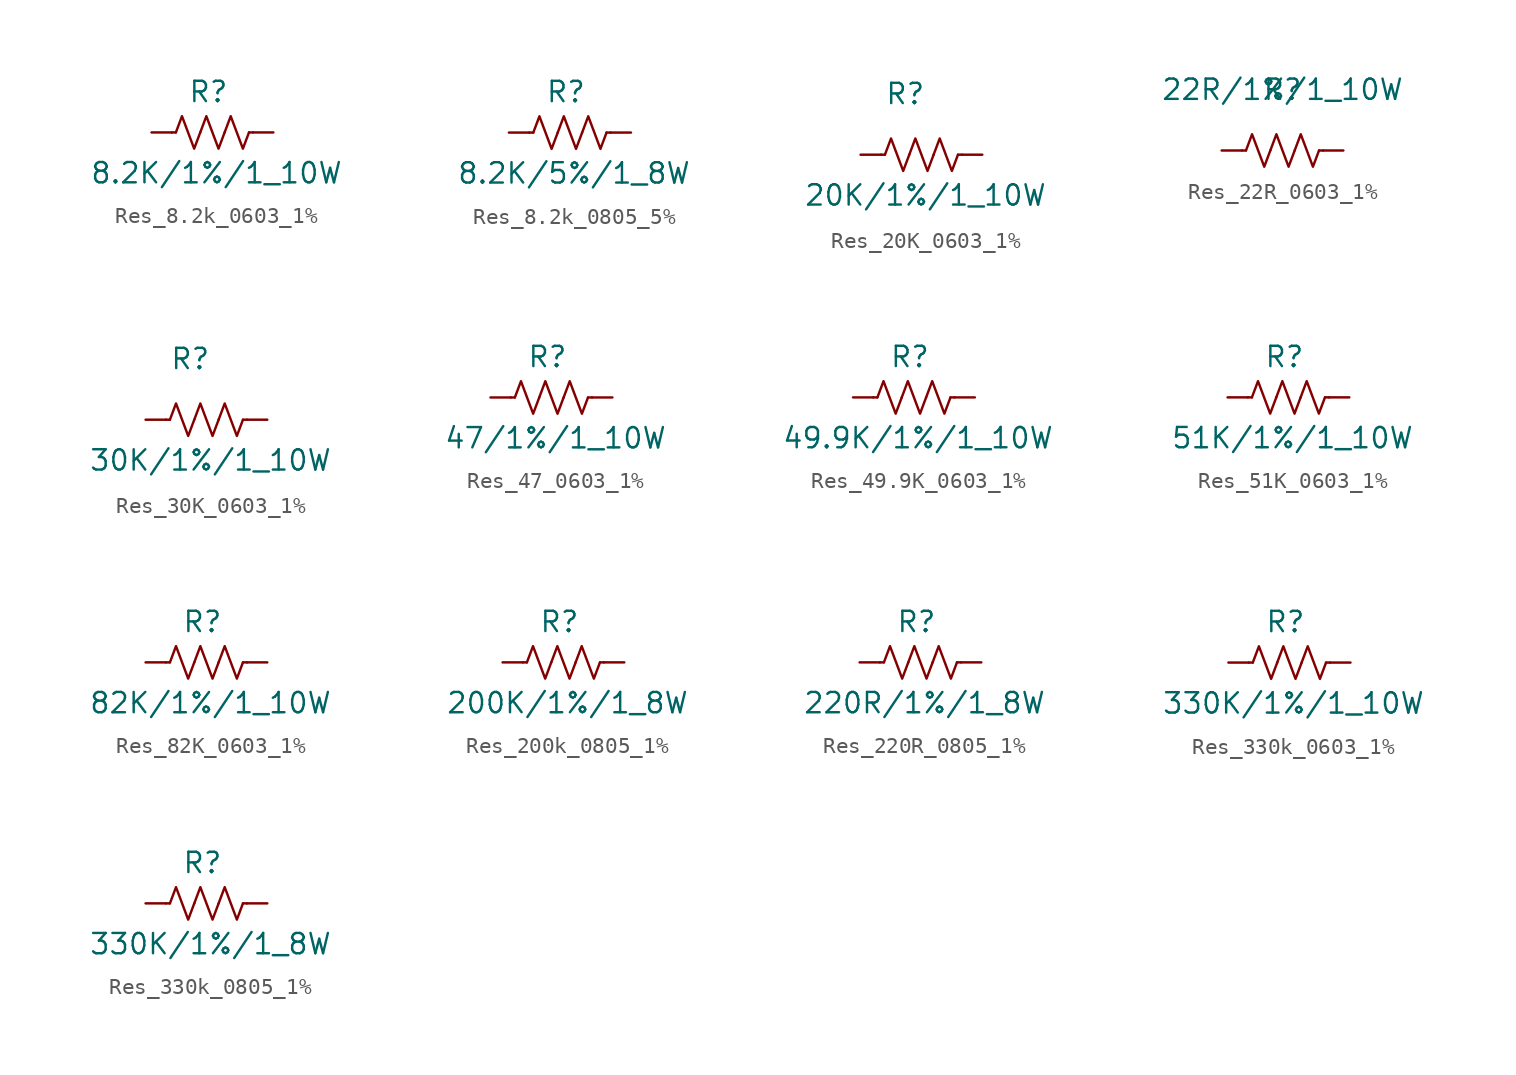
<source format=kicad_sym>
(kicad_symbol_lib
  (version 20231120)
  (generator "kicad_symbol_editor")
  (generator_version "8.0")
  (symbol "Res_8.2k_0603_1%"
    (pin_numbers hide)
    (pin_names hide)
    (property "Reference" "R"
      (at 3.556 2.54 0)
      (effects (font (size 1.27 1.27))))
    (property "Value" "8.2K/1%/1_10W"
      (at 4.064 -2.54 0)
      (effects (font (size 1.27 1.27))))
    (symbol "Res_8.2k_0603_1%_0_1"
      (polyline (pts (xy 1.524 0) (xy 1.27 0)) (stroke (width 0) (type default)) (fill (type none)))
      (polyline (pts (xy 6.096 0) (xy 6.35 0)) (stroke (width 0) (type default)) (fill (type none)))
      (polyline (pts (xy 1.524 0) (xy 1.905 1.016) (xy 2.286 0) (xy 2.667 -1.016) (xy 3.048 0)) (stroke (width 0) (type default)) (fill (type none)))
      (polyline (pts (xy 3.048 0) (xy 3.429 1.016) (xy 3.81 0) (xy 4.191 -1.016) (xy 4.572 0)) (stroke (width 0) (type default)) (fill (type none)))
      (polyline (pts (xy 4.572 0) (xy 4.953 1.016) (xy 5.334 0) (xy 5.715 -1.016) (xy 6.096 0)) (stroke (width 0) (type default)) (fill (type none))))
    (symbol "Res_8.2k_0603_1%_1_1"
      (pin passive line (at 0 0 0) (length 1.27) (name "~" (effects (font (size 1.27 1.27)))) (number "1" (effects (font (size 1.27 1.27)))))
      (pin passive line (at 7.62 0 180) (length 1.27) (name "~" (effects (font (size 1.27 1.27)))) (number "2" (effects (font (size 1.27 1.27)))))))
  (symbol "Res_8.2k_0805_5%"
    (pin_numbers hide)
    (pin_names hide)
    (property "Reference" "R"
      (at 3.556 2.54 0)
      (effects (font (size 1.27 1.27))))
    (property "Value" "8.2K/5%/1_8W"
      (at 4.064 -2.54 0)
      (effects (font (size 1.27 1.27))))
    (symbol "Res_8.2k_0805_5%_0_1"
      (polyline (pts (xy 1.524 0) (xy 1.27 0)) (stroke (width 0) (type default)) (fill (type none)))
      (polyline (pts (xy 6.096 0) (xy 6.35 0)) (stroke (width 0) (type default)) (fill (type none)))
      (polyline (pts (xy 1.524 0) (xy 1.905 1.016) (xy 2.286 0) (xy 2.667 -1.016) (xy 3.048 0)) (stroke (width 0) (type default)) (fill (type none)))
      (polyline (pts (xy 3.048 0) (xy 3.429 1.016) (xy 3.81 0) (xy 4.191 -1.016) (xy 4.572 0)) (stroke (width 0) (type default)) (fill (type none)))
      (polyline (pts (xy 4.572 0) (xy 4.953 1.016) (xy 5.334 0) (xy 5.715 -1.016) (xy 6.096 0)) (stroke (width 0) (type default)) (fill (type none))))
    (symbol "Res_8.2k_0805_5%_1_1"
      (pin passive line (at 0 0 0) (length 1.27) (name "~" (effects (font (size 1.27 1.27)))) (number "1" (effects (font (size 1.27 1.27)))))
      (pin passive line (at 7.62 0 180) (length 1.27) (name "~" (effects (font (size 1.27 1.27)))) (number "2" (effects (font (size 1.27 1.27)))))))
  (symbol "Res_20K_0603_1%"
    (pin_numbers hide)
    (pin_names hide)
    (property "Reference" "R"
      (at 2.794 3.81 0)
      (effects (font (size 1.27 1.27))))
    (property "Value" "20K/1%/1_10W"
      (at 4.064 -2.54 0)
      (effects (font (size 1.27 1.27))))
    (symbol "Res_20K_0603_1%_0_1"
      (polyline (pts (xy 1.524 0) (xy 1.27 0)) (stroke (width 0) (type default)) (fill (type none)))
      (polyline (pts (xy 6.096 0) (xy 6.35 0)) (stroke (width 0) (type default)) (fill (type none)))
      (polyline (pts (xy 1.524 0) (xy 1.905 1.016) (xy 2.286 0) (xy 2.667 -1.016) (xy 3.048 0)) (stroke (width 0) (type default)) (fill (type none)))
      (polyline (pts (xy 3.048 0) (xy 3.429 1.016) (xy 3.81 0) (xy 4.191 -1.016) (xy 4.572 0)) (stroke (width 0) (type default)) (fill (type none)))
      (polyline (pts (xy 4.572 0) (xy 4.953 1.016) (xy 5.334 0) (xy 5.715 -1.016) (xy 6.096 0)) (stroke (width 0) (type default)) (fill (type none))))
    (symbol "Res_20K_0603_1%_1_1"
      (pin passive line (at 0 0 0) (length 1.27) (name "~" (effects (font (size 1.27 1.27)))) (number "1" (effects (font (size 1.27 1.27)))))
      (pin passive line (at 7.62 0 180) (length 1.27) (name "~" (effects (font (size 1.27 1.27)))) (number "2" (effects (font (size 1.27 1.27)))))))
  (symbol "Res_22R_0603_1%"
    (pin_numbers hide)
    (pin_names hide)
    (property "Reference" "R"
      (at 0 0 0)
      (effects (font (size 1.27 1.27))))
    (property "Value" "22R/1%/1_10W"
      (at 0 0 0)
      (effects (font (size 1.27 1.27))))
    (symbol "Res_22R_0603_1%_0_1"
      (polyline (pts (xy -2.286 -3.81) (xy -2.54 -3.81)) (stroke (width 0) (type default)) (fill (type none)))
      (polyline (pts (xy 2.286 -3.81) (xy 2.54 -3.81)) (stroke (width 0) (type default)) (fill (type none)))
      (polyline (pts (xy -2.286 -3.81) (xy -1.905 -2.794) (xy -1.524 -3.81) (xy -1.143 -4.826) (xy -0.762 -3.81)) (stroke (width 0) (type default)) (fill (type none)))
      (polyline (pts (xy -0.762 -3.81) (xy -0.381 -2.794) (xy 0 -3.81) (xy 0.381 -4.826) (xy 0.762 -3.81)) (stroke (width 0) (type default)) (fill (type none)))
      (polyline (pts (xy 0.762 -3.81) (xy 1.143 -2.794) (xy 1.524 -3.81) (xy 1.905 -4.826) (xy 2.286 -3.81)) (stroke (width 0) (type default)) (fill (type none))))
    (symbol "Res_22R_0603_1%_1_1"
      (pin passive line (at -3.81 -3.81 0) (length 1.27) (name "~" (effects (font (size 1.27 1.27)))) (number "1" (effects (font (size 1.27 1.27)))))
      (pin passive line (at 3.81 -3.81 180) (length 1.27) (name "~" (effects (font (size 1.27 1.27)))) (number "2" (effects (font (size 1.27 1.27)))))))
  (symbol "Res_30K_0603_1%"
    (pin_numbers hide)
    (pin_names hide)
    (property "Reference" "R"
      (at 2.794 3.81 0)
      (effects (font (size 1.27 1.27))))
    (property "Value" "30K/1%/1_10W"
      (at 4.064 -2.54 0)
      (effects (font (size 1.27 1.27))))
    (symbol "Res_30K_0603_1%_0_1"
      (polyline (pts (xy 1.524 0) (xy 1.27 0)) (stroke (width 0) (type default)) (fill (type none)))
      (polyline (pts (xy 6.096 0) (xy 6.35 0)) (stroke (width 0) (type default)) (fill (type none)))
      (polyline (pts (xy 1.524 0) (xy 1.905 1.016) (xy 2.286 0) (xy 2.667 -1.016) (xy 3.048 0)) (stroke (width 0) (type default)) (fill (type none)))
      (polyline (pts (xy 3.048 0) (xy 3.429 1.016) (xy 3.81 0) (xy 4.191 -1.016) (xy 4.572 0)) (stroke (width 0) (type default)) (fill (type none)))
      (polyline (pts (xy 4.572 0) (xy 4.953 1.016) (xy 5.334 0) (xy 5.715 -1.016) (xy 6.096 0)) (stroke (width 0) (type default)) (fill (type none))))
    (symbol "Res_30K_0603_1%_1_1"
      (pin passive line (at 0 0 0) (length 1.27) (name "~" (effects (font (size 1.27 1.27)))) (number "1" (effects (font (size 1.27 1.27)))))
      (pin passive line (at 7.62 0 180) (length 1.27) (name "~" (effects (font (size 1.27 1.27)))) (number "2" (effects (font (size 1.27 1.27)))))))
  (symbol "Res_47_0603_1%"
    (pin_numbers hide)
    (pin_names hide)
    (property "Reference" "R"
      (at 3.556 2.54 0)
      (effects (font (size 1.27 1.27))))
    (property "Value" "47/1%/1_10W"
      (at 4.064 -2.54 0)
      (effects (font (size 1.27 1.27))))
    (symbol "Res_47_0603_1%_0_1"
      (polyline (pts (xy 1.524 0) (xy 1.27 0)) (stroke (width 0) (type default)) (fill (type none)))
      (polyline (pts (xy 6.096 0) (xy 6.35 0)) (stroke (width 0) (type default)) (fill (type none)))
      (polyline (pts (xy 1.524 0) (xy 1.905 1.016) (xy 2.286 0) (xy 2.667 -1.016) (xy 3.048 0)) (stroke (width 0) (type default)) (fill (type none)))
      (polyline (pts (xy 3.048 0) (xy 3.429 1.016) (xy 3.81 0) (xy 4.191 -1.016) (xy 4.572 0)) (stroke (width 0) (type default)) (fill (type none)))
      (polyline (pts (xy 4.572 0) (xy 4.953 1.016) (xy 5.334 0) (xy 5.715 -1.016) (xy 6.096 0)) (stroke (width 0) (type default)) (fill (type none))))
    (symbol "Res_47_0603_1%_1_1"
      (pin passive line (at 0 0 0) (length 1.27) (name "~" (effects (font (size 1.27 1.27)))) (number "1" (effects (font (size 1.27 1.27)))))
      (pin passive line (at 7.62 0 180) (length 1.27) (name "~" (effects (font (size 1.27 1.27)))) (number "2" (effects (font (size 1.27 1.27)))))))
  (symbol "Res_49.9K_0603_1%"
    (pin_numbers hide)
    (pin_names hide)
    (property "Reference" "R"
      (at 3.556 2.54 0)
      (effects (font (size 1.27 1.27))))
    (property "Value" "49.9K/1%/1_10W"
      (at 4.064 -2.54 0)
      (effects (font (size 1.27 1.27))))
    (symbol "Res_49.9K_0603_1%_0_1"
      (polyline (pts (xy 1.524 0) (xy 1.27 0)) (stroke (width 0) (type default)) (fill (type none)))
      (polyline (pts (xy 6.096 0) (xy 6.35 0)) (stroke (width 0) (type default)) (fill (type none)))
      (polyline (pts (xy 1.524 0) (xy 1.905 1.016) (xy 2.286 0) (xy 2.667 -1.016) (xy 3.048 0)) (stroke (width 0) (type default)) (fill (type none)))
      (polyline (pts (xy 3.048 0) (xy 3.429 1.016) (xy 3.81 0) (xy 4.191 -1.016) (xy 4.572 0)) (stroke (width 0) (type default)) (fill (type none)))
      (polyline (pts (xy 4.572 0) (xy 4.953 1.016) (xy 5.334 0) (xy 5.715 -1.016) (xy 6.096 0)) (stroke (width 0) (type default)) (fill (type none))))
    (symbol "Res_49.9K_0603_1%_1_1"
      (pin passive line (at 0 0 0) (length 1.27) (name "~" (effects (font (size 1.27 1.27)))) (number "1" (effects (font (size 1.27 1.27)))))
      (pin passive line (at 7.62 0 180) (length 1.27) (name "~" (effects (font (size 1.27 1.27)))) (number "2" (effects (font (size 1.27 1.27)))))))
  (symbol "Res_51K_0603_1%"
    (pin_numbers hide)
    (pin_names hide)
    (property "Reference" "R"
      (at 3.556 2.54 0)
      (effects (font (size 1.27 1.27))))
    (property "Value" "51K/1%/1_10W"
      (at 4.064 -2.54 0)
      (effects (font (size 1.27 1.27))))
    (symbol "Res_51K_0603_1%_0_1"
      (polyline (pts (xy 1.524 0) (xy 1.27 0)) (stroke (width 0) (type default)) (fill (type none)))
      (polyline (pts (xy 6.096 0) (xy 6.35 0)) (stroke (width 0) (type default)) (fill (type none)))
      (polyline (pts (xy 1.524 0) (xy 1.905 1.016) (xy 2.286 0) (xy 2.667 -1.016) (xy 3.048 0)) (stroke (width 0) (type default)) (fill (type none)))
      (polyline (pts (xy 3.048 0) (xy 3.429 1.016) (xy 3.81 0) (xy 4.191 -1.016) (xy 4.572 0)) (stroke (width 0) (type default)) (fill (type none)))
      (polyline (pts (xy 4.572 0) (xy 4.953 1.016) (xy 5.334 0) (xy 5.715 -1.016) (xy 6.096 0)) (stroke (width 0) (type default)) (fill (type none))))
    (symbol "Res_51K_0603_1%_1_1"
      (pin passive line (at 0 0 0) (length 1.27) (name "~" (effects (font (size 1.27 1.27)))) (number "1" (effects (font (size 1.27 1.27)))))
      (pin passive line (at 7.62 0 180) (length 1.27) (name "~" (effects (font (size 1.27 1.27)))) (number "2" (effects (font (size 1.27 1.27)))))))
  (symbol "Res_82K_0603_1%"
    (pin_numbers hide)
    (pin_names hide)
    (property "Reference" "R"
      (at 3.556 2.54 0)
      (effects (font (size 1.27 1.27))))
    (property "Value" "82K/1%/1_10W"
      (at 4.064 -2.54 0)
      (effects (font (size 1.27 1.27))))
    (symbol "Res_82K_0603_1%_0_1"
      (polyline (pts (xy 1.524 0) (xy 1.27 0)) (stroke (width 0) (type default)) (fill (type none)))
      (polyline (pts (xy 6.096 0) (xy 6.35 0)) (stroke (width 0) (type default)) (fill (type none)))
      (polyline (pts (xy 1.524 0) (xy 1.905 1.016) (xy 2.286 0) (xy 2.667 -1.016) (xy 3.048 0)) (stroke (width 0) (type default)) (fill (type none)))
      (polyline (pts (xy 3.048 0) (xy 3.429 1.016) (xy 3.81 0) (xy 4.191 -1.016) (xy 4.572 0)) (stroke (width 0) (type default)) (fill (type none)))
      (polyline (pts (xy 4.572 0) (xy 4.953 1.016) (xy 5.334 0) (xy 5.715 -1.016) (xy 6.096 0)) (stroke (width 0) (type default)) (fill (type none))))
    (symbol "Res_82K_0603_1%_1_1"
      (pin passive line (at 0 0 0) (length 1.27) (name "~" (effects (font (size 1.27 1.27)))) (number "1" (effects (font (size 1.27 1.27)))))
      (pin passive line (at 7.62 0 180) (length 1.27) (name "~" (effects (font (size 1.27 1.27)))) (number "2" (effects (font (size 1.27 1.27)))))))
  (symbol "Res_200k_0805_1%"
    (pin_numbers hide)
    (pin_names hide)
    (property "Reference" "R"
      (at 3.556 2.54 0)
      (effects (font (size 1.27 1.27))))
    (property "Value" "200K/1%/1_8W"
      (at 4.064 -2.54 0)
      (effects (font (size 1.27 1.27))))
    (symbol "Res_200k_0805_1%_0_1"
      (polyline (pts (xy 1.524 0) (xy 1.27 0)) (stroke (width 0) (type default)) (fill (type none)))
      (polyline (pts (xy 6.096 0) (xy 6.35 0)) (stroke (width 0) (type default)) (fill (type none)))
      (polyline (pts (xy 1.524 0) (xy 1.905 1.016) (xy 2.286 0) (xy 2.667 -1.016) (xy 3.048 0)) (stroke (width 0) (type default)) (fill (type none)))
      (polyline (pts (xy 3.048 0) (xy 3.429 1.016) (xy 3.81 0) (xy 4.191 -1.016) (xy 4.572 0)) (stroke (width 0) (type default)) (fill (type none)))
      (polyline (pts (xy 4.572 0) (xy 4.953 1.016) (xy 5.334 0) (xy 5.715 -1.016) (xy 6.096 0)) (stroke (width 0) (type default)) (fill (type none))))
    (symbol "Res_200k_0805_1%_1_1"
      (pin passive line (at 0 0 0) (length 1.27) (name "~" (effects (font (size 1.27 1.27)))) (number "1" (effects (font (size 1.27 1.27)))))
      (pin passive line (at 7.62 0 180) (length 1.27) (name "~" (effects (font (size 1.27 1.27)))) (number "2" (effects (font (size 1.27 1.27)))))))
  (symbol "Res_220R_0805_1%"
    (pin_numbers hide)
    (pin_names hide)
    (property "Reference" "R"
      (at 3.556 2.54 0)
      (effects (font (size 1.27 1.27))))
    (property "Value" "220R/1%/1_8W"
      (at 4.064 -2.54 0)
      (effects (font (size 1.27 1.27))))
    (symbol "Res_220R_0805_1%_0_1"
      (polyline (pts (xy 1.524 0) (xy 1.27 0)) (stroke (width 0) (type default)) (fill (type none)))
      (polyline (pts (xy 6.096 0) (xy 6.35 0)) (stroke (width 0) (type default)) (fill (type none)))
      (polyline (pts (xy 1.524 0) (xy 1.905 1.016) (xy 2.286 0) (xy 2.667 -1.016) (xy 3.048 0)) (stroke (width 0) (type default)) (fill (type none)))
      (polyline (pts (xy 3.048 0) (xy 3.429 1.016) (xy 3.81 0) (xy 4.191 -1.016) (xy 4.572 0)) (stroke (width 0) (type default)) (fill (type none)))
      (polyline (pts (xy 4.572 0) (xy 4.953 1.016) (xy 5.334 0) (xy 5.715 -1.016) (xy 6.096 0)) (stroke (width 0) (type default)) (fill (type none))))
    (symbol "Res_220R_0805_1%_1_1"
      (pin passive line (at 0 0 0) (length 1.27) (name "~" (effects (font (size 1.27 1.27)))) (number "1" (effects (font (size 1.27 1.27)))))
      (pin passive line (at 7.62 0 180) (length 1.27) (name "~" (effects (font (size 1.27 1.27)))) (number "2" (effects (font (size 1.27 1.27)))))))
  (symbol "Res_330k_0603_1%"
    (pin_numbers hide)
    (pin_names hide)
    (property "Reference" "R"
      (at 3.556 2.54 0)
      (effects (font (size 1.27 1.27))))
    (property "Value" "330K/1%/1_10W"
      (at 4.064 -2.54 0)
      (effects (font (size 1.27 1.27))))
    (symbol "Res_330k_0603_1%_0_1"
      (polyline (pts (xy 1.524 0) (xy 1.27 0)) (stroke (width 0) (type default)) (fill (type none)))
      (polyline (pts (xy 6.096 0) (xy 6.35 0)) (stroke (width 0) (type default)) (fill (type none)))
      (polyline (pts (xy 1.524 0) (xy 1.905 1.016) (xy 2.286 0) (xy 2.667 -1.016) (xy 3.048 0)) (stroke (width 0) (type default)) (fill (type none)))
      (polyline (pts (xy 3.048 0) (xy 3.429 1.016) (xy 3.81 0) (xy 4.191 -1.016) (xy 4.572 0)) (stroke (width 0) (type default)) (fill (type none)))
      (polyline (pts (xy 4.572 0) (xy 4.953 1.016) (xy 5.334 0) (xy 5.715 -1.016) (xy 6.096 0)) (stroke (width 0) (type default)) (fill (type none))))
    (symbol "Res_330k_0603_1%_1_1"
      (pin passive line (at 0 0 0) (length 1.27) (name "~" (effects (font (size 1.27 1.27)))) (number "1" (effects (font (size 1.27 1.27)))))
      (pin passive line (at 7.62 0 180) (length 1.27) (name "~" (effects (font (size 1.27 1.27)))) (number "2" (effects (font (size 1.27 1.27)))))))
  (symbol "Res_330k_0805_1%"
    (pin_numbers hide)
    (pin_names hide)
    (property "Reference" "R"
      (at 3.556 2.54 0)
      (effects (font (size 1.27 1.27))))
    (property "Value" "330K/1%/1_8W"
      (at 4.064 -2.54 0)
      (effects (font (size 1.27 1.27))))
    (symbol "Res_330k_0805_1%_0_1"
      (polyline (pts (xy 1.524 0) (xy 1.27 0)) (stroke (width 0) (type default)) (fill (type none)))
      (polyline (pts (xy 6.096 0) (xy 6.35 0)) (stroke (width 0) (type default)) (fill (type none)))
      (polyline (pts (xy 1.524 0) (xy 1.905 1.016) (xy 2.286 0) (xy 2.667 -1.016) (xy 3.048 0)) (stroke (width 0) (type default)) (fill (type none)))
      (polyline (pts (xy 3.048 0) (xy 3.429 1.016) (xy 3.81 0) (xy 4.191 -1.016) (xy 4.572 0)) (stroke (width 0) (type default)) (fill (type none)))
      (polyline (pts (xy 4.572 0) (xy 4.953 1.016) (xy 5.334 0) (xy 5.715 -1.016) (xy 6.096 0)) (stroke (width 0) (type default)) (fill (type none))))
    (symbol "Res_330k_0805_1%_1_1"
      (pin passive line (at 0 0 0) (length 1.27) (name "~" (effects (font (size 1.27 1.27)))) (number "1" (effects (font (size 1.27 1.27)))))
      (pin passive line (at 7.62 0 180) (length 1.27) (name "~" (effects (font (size 1.27 1.27)))) (number "2" (effects (font (size 1.27 1.27))))))))
</source>
